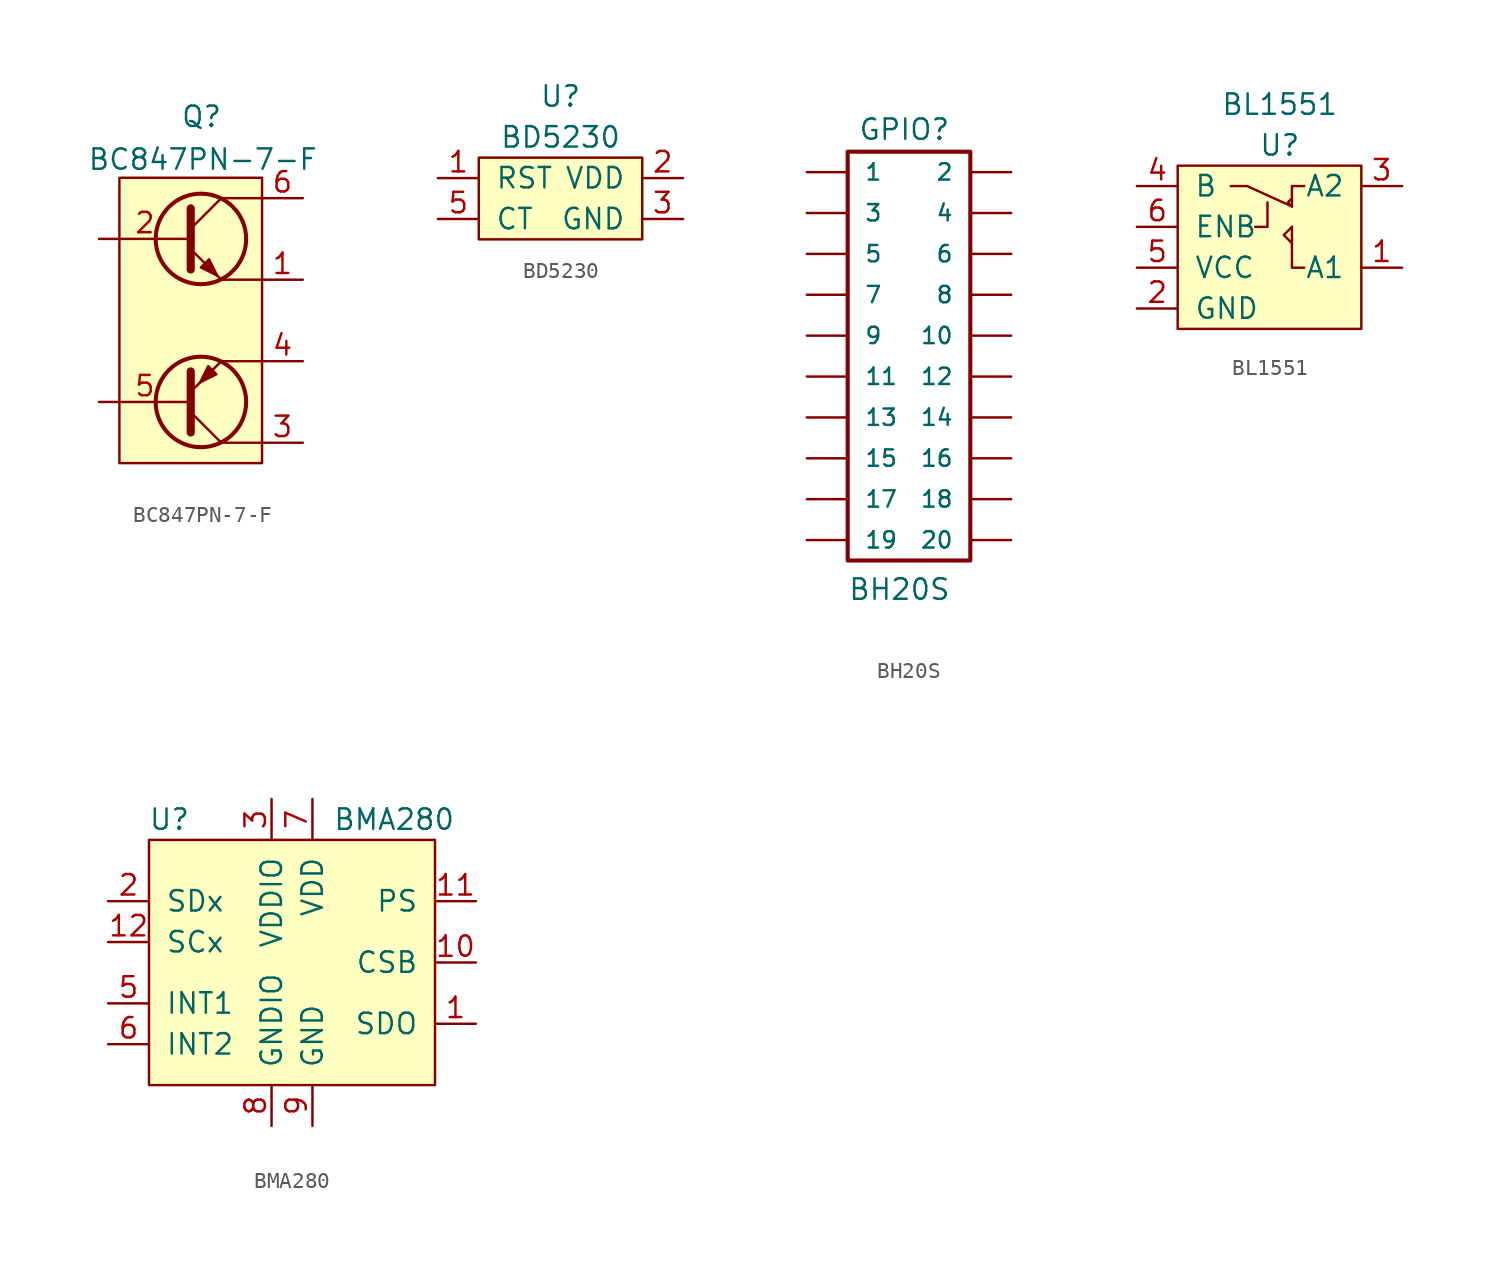
<source format=kicad_sym>
(kicad_symbol_lib
  (version 20211014)
  (generator kicad_symbol_editor)
  (symbol "BC847PN-7-F"
    (pin_names
      (offset 0) hide)
    (property "Reference" "Q"
      (at 0 12.7 0)
      (effects (font (size 1.27 1.27)) (justify left)))
    (property "Value" "BC847PN-7-F"
      (at -5.817 10.033 0)
      (effects (font (size 1.27 1.27)) (justify left)))
    (symbol "BC847PN-7-F_0_1"
      (polyline (pts (xy 0.635 5.715) (xy 2.54 7.62)) (stroke (width 0) (type default) (color 0 0 0 0)) (fill (type none)))
      (polyline (pts (xy 2.54 -7.62) (xy 5.08 -7.62)) (stroke (width 0) (type default) (color 0 0 0 0)) (fill (type none)))
      (polyline (pts (xy 2.54 -2.54) (xy 5.08 -2.54)) (stroke (width 0) (type default) (color 0 0 0 0)) (fill (type none)))
      (polyline (pts (xy 2.54 2.54) (xy 5.08 2.54)) (stroke (width 0) (type default) (color 0 0 0 0)) (fill (type none)))
      (polyline (pts (xy 2.54 7.62) (xy 5.08 7.62)) (stroke (width 0) (type default) (color 0 0 0 0)) (fill (type none)))
      (polyline (pts (xy 0.635 4.445) (xy 2.54 2.54) (xy 2.54 2.54)) (stroke (width 0) (type default) (color 0 0 0 0)) (fill (type none)))
      (polyline (pts (xy 0.635 6.985) (xy 0.635 3.175) (xy 0.635 3.175)) (stroke (width 0.508) (type default) (color 0 0 0 0)) (fill (type none)))
      (polyline (pts (xy 1.27 3.302) (xy 1.778 3.81) (xy 2.286 2.794) (xy 1.27 3.302) (xy 1.27 3.302)) (stroke (width 0) (type default) (color 0 0 0 0)) (fill (type outline)))
      (circle (center 1.27 5.08) (radius 2.819) (stroke (width 0.254) (type default) (color 0 0 0 0)) (fill (type none)))
      (rectangle (start 5.08 -8.89) (end -3.81 8.89) (stroke (width 0) (type default) (color 0 0 0 0)) (fill (type background))))
    (symbol "BC847PN-7-F_1_1"
      (polyline (pts (xy 0.635 -5.715) (xy 2.54 -7.62)) (stroke (width 0) (type default) (color 0 0 0 0)) (fill (type none)))
      (polyline (pts (xy 0.635 -6.985) (xy 0.635 -3.175) (xy 0.635 -3.175)) (stroke (width 0.508) (type default) (color 0 0 0 0)) (fill (type none)))
      (polyline (pts (xy 0.635 -4.445) (xy 2.54 -2.54) (xy 2.54 -2.54)) (stroke (width 0) (type default) (color 0 0 0 0)) (fill (type none)))
      (polyline (pts (xy 2.235 -3.353) (xy 1.727 -2.845) (xy 1.219 -3.861) (xy 2.235 -3.353) (xy 2.235 -3.353)) (stroke (width 0) (type default) (color 0 0 0 0)) (fill (type outline)))
      (circle (center 1.27 -5.08) (radius 2.819) (stroke (width 0.254) (type default) (color 0 0 0 0)) (fill (type none)))
      (pin passive line (at 7.62 2.54 180) (length 2.54) (name "E" (effects (font (size 1.27 1.27)))) (number "1" (effects (font (size 1.27 1.27)))))
      (pin input line (at -5.08 5.08 0) (length 5.715) (name "B" (effects (font (size 1.27 1.27)))) (number "2" (effects (font (size 1.27 1.27)))))
      (pin passive line (at 7.62 -7.62 180) (length 2.54) (name "C" (effects (font (size 1.27 1.27)))) (number "3" (effects (font (size 1.27 1.27)))))
      (pin passive line (at 7.62 -2.54 180) (length 2.54) (name "E" (effects (font (size 1.27 1.27)))) (number "4" (effects (font (size 1.27 1.27)))))
      (pin input line (at -5.08 -5.08 0) (length 5.715) (name "B" (effects (font (size 1.27 1.27)))) (number "5" (effects (font (size 1.27 1.27)))))
      (pin passive line (at 7.62 7.62 180) (length 2.54) (name "C" (effects (font (size 1.27 1.27)))) (number "6" (effects (font (size 1.27 1.27)))))))
  (symbol "BD5230"
    (pin_names
      (offset 1.016))
    (property "Reference" "U"
      (at 0 6.35 0)
      (effects (font (size 1.27 1.27))))
    (property "Value" "BD5230"
      (at 0 3.81 0)
      (effects (font (size 1.27 1.27))))
    (symbol "BD5230_0_1"
      (rectangle (start -5.08 2.54) (end 5.08 -2.54) (stroke (width 0) (type default) (color 0 0 0 0)) (fill (type background))))
    (symbol "BD5230_1_1"
      (pin input line (at -7.62 1.27 0) (length 2.54) (name "RST" (effects (font (size 1.27 1.27)))) (number "1" (effects (font (size 1.27 1.27)))))
      (pin input line (at 7.62 1.27 180) (length 2.54) (name "VDD" (effects (font (size 1.27 1.27)))) (number "2" (effects (font (size 1.27 1.27)))))
      (pin input line (at 7.62 -1.27 180) (length 2.54) (name "GND" (effects (font (size 1.27 1.27)))) (number "3" (effects (font (size 1.27 1.27)))))
      (pin input line (at -7.62 -1.27 0) (length 2.54) (name "CT" (effects (font (size 1.27 1.27)))) (number "5" (effects (font (size 1.27 1.27)))))))
  (symbol "BH20S"
    (pin_numbers hide)
    (pin_names
      (offset 1.016))
    (property "Reference" "GPIO"
      (at -4.445 12.065 0)
      (effects (font (size 1.27 1.27)) (justify left bottom)))
    (property "Value" "BH20S"
      (at -5.08 -16.51 0)
      (effects (font (size 1.27 1.27)) (justify left bottom)))
    (property "Datasheet" ""
      (at 0 -12.7 0)
      (effects (font (size 1.524 1.524))))
    (property "ki_locked" ""
      (at 0 0 0)
      (effects (font (size 1.27 1.27))))
    (symbol "BH20S_1_0"
      (rectangle (start 2.54 -13.97) (end -5.08 11.43) (stroke (width 0.254) (type default) (color 0 0 0 0)) (fill (type none))))
    (symbol "BH20S_1_1"
      (pin passive line (at -7.62 10.16 0) (length 2.54) (name "1" (effects (font (size 1.016 1.016)))) (number "1" (effects (font (size 1.016 1.016)))))
      (pin passive line (at 5.08 0 180) (length 2.54) (name "10" (effects (font (size 1.016 1.016)))) (number "10" (effects (font (size 1.016 1.016)))))
      (pin passive line (at -7.62 -2.54 0) (length 2.54) (name "11" (effects (font (size 1.016 1.016)))) (number "11" (effects (font (size 1.016 1.016)))))
      (pin passive line (at 5.08 -2.54 180) (length 2.54) (name "12" (effects (font (size 1.016 1.016)))) (number "12" (effects (font (size 1.016 1.016)))))
      (pin passive line (at -7.62 -5.08 0) (length 2.54) (name "13" (effects (font (size 1.016 1.016)))) (number "13" (effects (font (size 1.016 1.016)))))
      (pin passive line (at 5.08 -5.08 180) (length 2.54) (name "14" (effects (font (size 1.016 1.016)))) (number "14" (effects (font (size 1.016 1.016)))))
      (pin passive line (at -7.62 -7.62 0) (length 2.54) (name "15" (effects (font (size 1.016 1.016)))) (number "15" (effects (font (size 1.016 1.016)))))
      (pin passive line (at 5.08 -7.62 180) (length 2.54) (name "16" (effects (font (size 1.016 1.016)))) (number "16" (effects (font (size 1.016 1.016)))))
      (pin passive line (at -7.62 -10.16 0) (length 2.54) (name "17" (effects (font (size 1.016 1.016)))) (number "17" (effects (font (size 1.016 1.016)))))
      (pin passive line (at 5.08 -10.16 180) (length 2.54) (name "18" (effects (font (size 1.016 1.016)))) (number "18" (effects (font (size 1.016 1.016)))))
      (pin passive line (at -7.62 -12.7 0) (length 2.54) (name "19" (effects (font (size 1.016 1.016)))) (number "19" (effects (font (size 1.016 1.016)))))
      (pin passive line (at 5.08 10.16 180) (length 2.54) (name "2" (effects (font (size 1.016 1.016)))) (number "2" (effects (font (size 1.016 1.016)))))
      (pin passive line (at 5.08 -12.7 180) (length 2.54) (name "20" (effects (font (size 1.016 1.016)))) (number "20" (effects (font (size 1.016 1.016)))))
      (pin passive line (at -7.62 7.62 0) (length 2.54) (name "3" (effects (font (size 1.016 1.016)))) (number "3" (effects (font (size 1.016 1.016)))))
      (pin passive line (at 5.08 7.62 180) (length 2.54) (name "4" (effects (font (size 1.016 1.016)))) (number "4" (effects (font (size 1.016 1.016)))))
      (pin passive line (at -7.62 5.08 0) (length 2.54) (name "5" (effects (font (size 1.016 1.016)))) (number "5" (effects (font (size 1.016 1.016)))))
      (pin passive line (at 5.08 5.08 180) (length 2.54) (name "6" (effects (font (size 1.016 1.016)))) (number "6" (effects (font (size 1.016 1.016)))))
      (pin passive line (at -7.62 2.54 0) (length 2.54) (name "7" (effects (font (size 1.016 1.016)))) (number "7" (effects (font (size 1.016 1.016)))))
      (pin passive line (at 5.08 2.54 180) (length 2.54) (name "8" (effects (font (size 1.016 1.016)))) (number "8" (effects (font (size 1.016 1.016)))))
      (pin passive line (at -7.62 0 0) (length 2.54) (name "9" (effects (font (size 1.016 1.016)))) (number "9" (effects (font (size 1.016 1.016)))))))
  (symbol "BL1551"
    (pin_names
      (offset 1.016))
    (property "Reference" "U"
      (at 0 6.35 0)
      (effects (font (size 1.27 1.27))))
    (property "Value" "BL1551"
      (at 0 8.89 0)
      (effects (font (size 1.27 1.27))))
    (symbol "BL1551_0_1"
      (rectangle (start -6.35 5.08) (end 5.08 -5.08) (stroke (width 0) (type default) (color 0 0 0 0)) (fill (type background)))
      (polyline (pts (xy -1.524 1.27) (xy -0.762 1.27) (xy -0.762 2.794)) (stroke (width 0) (type default) (color 0 0 0 0)) (fill (type none)))
      (polyline (pts (xy 0.762 1.27) (xy 0.254 0.762) (xy 0.762 0.254)) (stroke (width 0) (type default) (color 0 0 0 0)) (fill (type none)))
      (polyline (pts (xy 0.762 1.27) (xy 0.762 -1.27) (xy 1.524 -1.27)) (stroke (width 0) (type default) (color 0 0 0 0)) (fill (type none)))
      (polyline (pts (xy 0.762 2.54) (xy -2.032 3.81) (xy -3.048 3.81)) (stroke (width 0) (type default) (color 0 0 0 0)) (fill (type none)))
      (polyline (pts (xy 0.762 2.54) (xy 0.508 2.794) (xy 0.762 3.048)) (stroke (width 0) (type default) (color 0 0 0 0)) (fill (type none)))
      (polyline (pts (xy 0.762 2.54) (xy 0.762 3.81) (xy 1.524 3.81)) (stroke (width 0) (type default) (color 0 0 0 0)) (fill (type none))))
    (symbol "BL1551_1_1"
      (pin input line (at 7.62 -1.27 180) (length 2.54) (name "A1" (effects (font (size 1.27 1.27)))) (number "1" (effects (font (size 1.27 1.27)))))
      (pin input line (at -8.89 -3.81 0) (length 2.54) (name "GND" (effects (font (size 1.27 1.27)))) (number "2" (effects (font (size 1.27 1.27)))))
      (pin input line (at 7.62 3.81 180) (length 2.54) (name "A2" (effects (font (size 1.27 1.27)))) (number "3" (effects (font (size 1.27 1.27)))))
      (pin input line (at -8.89 3.81 0) (length 2.54) (name "B" (effects (font (size 1.27 1.27)))) (number "4" (effects (font (size 1.27 1.27)))))
      (pin input line (at -8.89 -1.27 0) (length 2.54) (name "VCC" (effects (font (size 1.27 1.27)))) (number "5" (effects (font (size 1.27 1.27)))))
      (pin input line (at -8.89 1.27 0) (length 2.54) (name "ENB" (effects (font (size 1.27 1.27)))) (number "6" (effects (font (size 1.27 1.27)))))))
  (symbol "BMA280"
    (pin_names
      (offset 1.016))
    (property "Reference" "U"
      (at -7.62 8.89 0)
      (effects (font (size 1.27 1.27))))
    (property "Value" "BMA280"
      (at 6.35 8.89 0)
      (effects (font (size 1.27 1.27))))
    (symbol "BMA280_0_1"
      (rectangle (start -8.89 7.62) (end 8.89 -7.62) (stroke (width 0) (type default) (color 0 0 0 0)) (fill (type background))))
    (symbol "BMA280_1_1"
      (pin input line (at 11.43 -3.81 180) (length 2.54) (name "SDO" (effects (font (size 1.27 1.27)))) (number "1" (effects (font (size 1.27 1.27)))))
      (pin input line (at 11.43 0 180) (length 2.54) (name "CSB" (effects (font (size 1.27 1.27)))) (number "10" (effects (font (size 1.27 1.27)))))
      (pin input line (at 11.43 3.81 180) (length 2.54) (name "PS" (effects (font (size 1.27 1.27)))) (number "11" (effects (font (size 1.27 1.27)))))
      (pin input line (at -11.43 1.27 0) (length 2.54) (name "SCx" (effects (font (size 1.27 1.27)))) (number "12" (effects (font (size 1.27 1.27)))))
      (pin input line (at -11.43 3.81 0) (length 2.54) (name "SDx" (effects (font (size 1.27 1.27)))) (number "2" (effects (font (size 1.27 1.27)))))
      (pin input line (at -1.27 10.16 270) (length 2.54) (name "VDDIO" (effects (font (size 1.27 1.27)))) (number "3" (effects (font (size 1.27 1.27)))))
      (pin input line (at -1.27 -6.35 0) (length 2.54) hide (name "NC" (effects (font (size 1.27 1.27)))) (number "4" (effects (font (size 1.27 1.27)))))
      (pin input line (at -11.43 -2.54 0) (length 2.54) (name "INT1" (effects (font (size 1.27 1.27)))) (number "5" (effects (font (size 1.27 1.27)))))
      (pin input line (at -11.43 -5.08 0) (length 2.54) (name "INT2" (effects (font (size 1.27 1.27)))) (number "6" (effects (font (size 1.27 1.27)))))
      (pin input line (at 1.27 10.16 270) (length 2.54) (name "VDD" (effects (font (size 1.27 1.27)))) (number "7" (effects (font (size 1.27 1.27)))))
      (pin input line (at -1.27 -10.16 90) (length 2.54) (name "GNDIO" (effects (font (size 1.27 1.27)))) (number "8" (effects (font (size 1.27 1.27)))))
      (pin input line (at 1.27 -10.16 90) (length 2.54) (name "GND" (effects (font (size 1.27 1.27)))) (number "9" (effects (font (size 1.27 1.27))))))))
</source>
